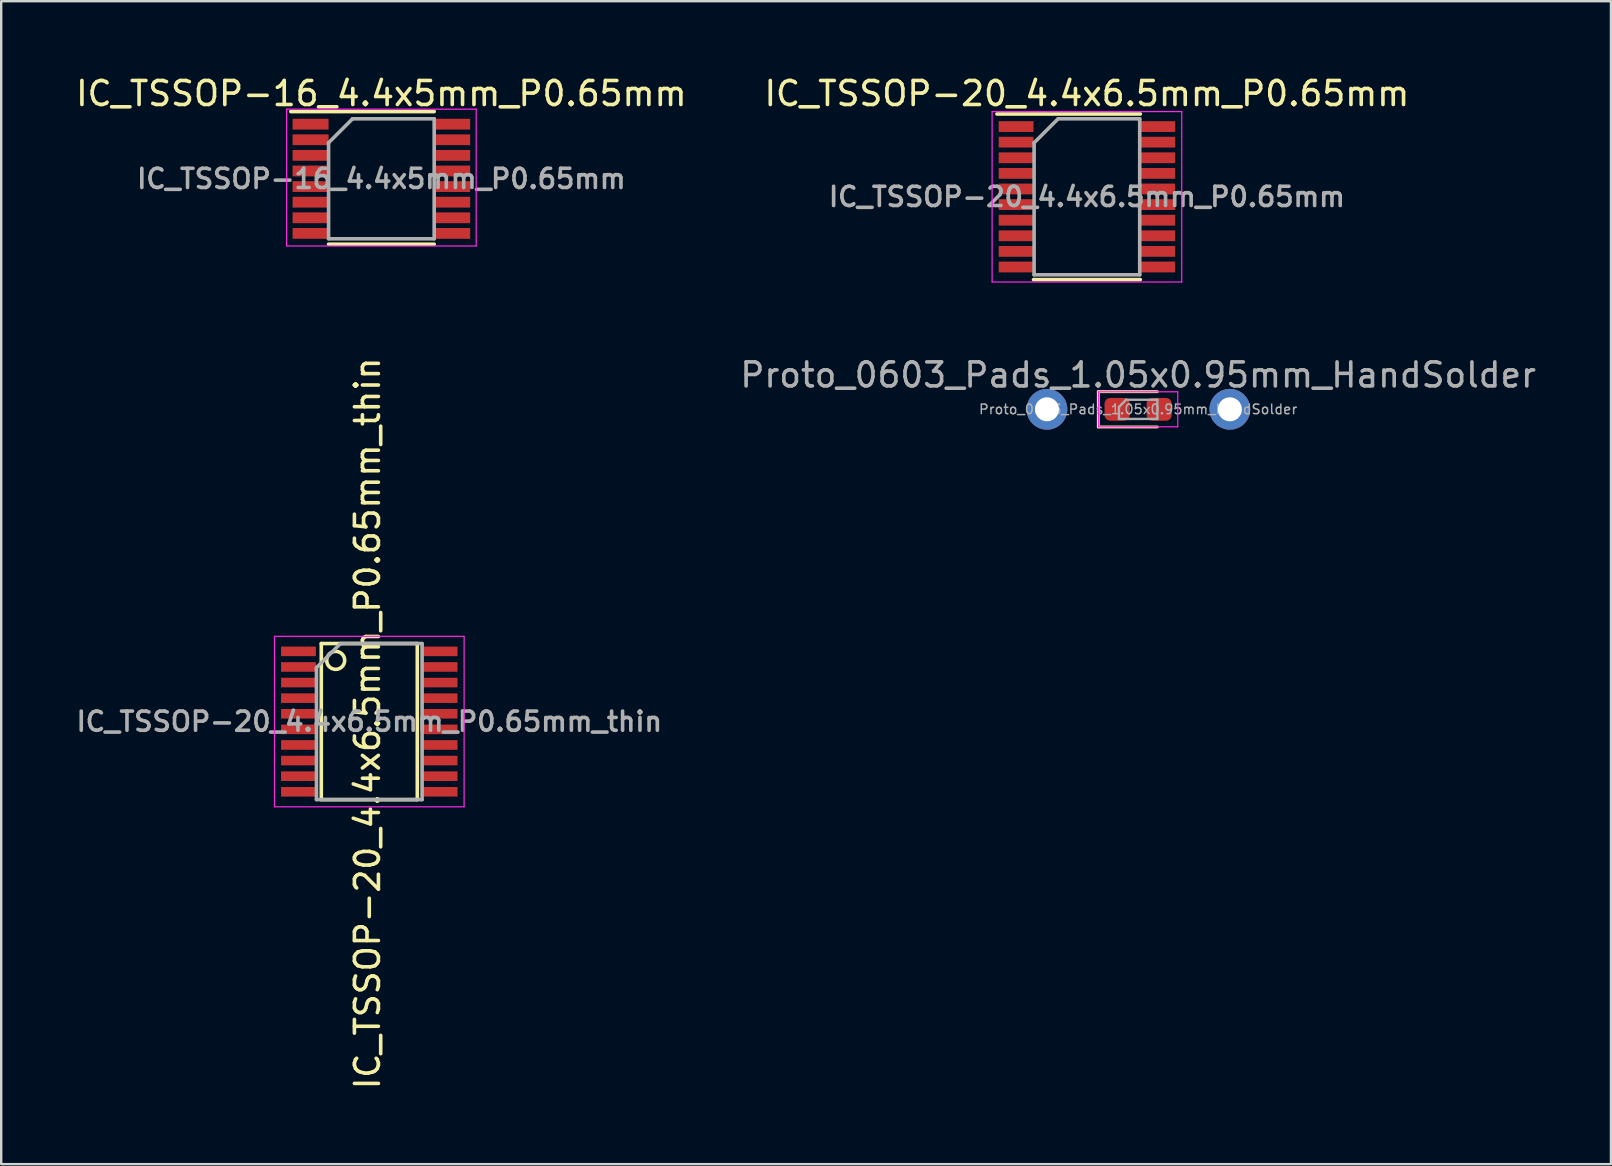
<source format=kicad_pcb>
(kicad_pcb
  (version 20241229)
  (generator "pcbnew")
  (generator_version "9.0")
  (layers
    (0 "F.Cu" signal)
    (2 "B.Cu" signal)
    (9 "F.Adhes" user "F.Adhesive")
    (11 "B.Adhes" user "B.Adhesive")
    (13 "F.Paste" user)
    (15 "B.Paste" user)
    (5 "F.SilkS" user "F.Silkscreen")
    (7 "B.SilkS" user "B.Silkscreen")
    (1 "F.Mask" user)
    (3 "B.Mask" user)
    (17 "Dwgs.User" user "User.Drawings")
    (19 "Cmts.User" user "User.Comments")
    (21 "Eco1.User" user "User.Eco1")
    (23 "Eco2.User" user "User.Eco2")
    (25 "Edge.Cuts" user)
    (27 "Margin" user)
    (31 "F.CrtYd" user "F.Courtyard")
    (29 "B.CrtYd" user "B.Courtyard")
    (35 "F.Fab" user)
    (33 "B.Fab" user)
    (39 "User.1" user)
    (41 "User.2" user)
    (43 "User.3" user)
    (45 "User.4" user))
  (footprint "Proto_0603_Pads_1.05x0.95mm_HandSolder"
    (layer "F.Cu")
    (at 44.367 14.002)
    (property "Reference" "Proto_0603_Pads_1.05x0.95mm_HandSolder" (at 0 -1.43 0) (layer "F.Fab") (effects (font (size 1 1) (thickness 0.15))))
    (attr smd)
    (fp_line (start -1.66 -0.735) (end -1.66 0.735) (stroke (width 0.12) (type solid)) (layer "F.SilkS"))
    (fp_line (start -1.66 0.735) (end 0.8 0.735) (stroke (width 0.12) (type solid)) (layer "F.SilkS"))
    (fp_line (start 0.8 -0.735) (end -1.66 -0.735) (stroke (width 0.12) (type solid)) (layer "F.SilkS"))
    (fp_line (start -1.65 -0.73) (end 1.65 -0.73) (stroke (width 0.05) (type solid)) (layer "F.CrtYd"))
    (fp_line (start -1.65 0.73) (end -1.65 -0.73) (stroke (width 0.05) (type solid)) (layer "F.CrtYd"))
    (fp_line (start 1.65 -0.73) (end 1.65 0.73) (stroke (width 0.05) (type solid)) (layer "F.CrtYd"))
    (fp_line (start 1.65 0.73) (end -1.65 0.73) (stroke (width 0.05) (type solid)) (layer "F.CrtYd"))
    (fp_line (start -0.8 -0.1) (end -0.8 0.4) (stroke (width 0.1) (type solid)) (layer "F.Fab"))
    (fp_line (start -0.8 0.4) (end 0.8 0.4) (stroke (width 0.1) (type solid)) (layer "F.Fab"))
    (fp_line (start -0.5 -0.4) (end -0.8 -0.1) (stroke (width 0.1) (type solid)) (layer "F.Fab"))
    (fp_line (start 0.8 -0.4) (end -0.5 -0.4) (stroke (width 0.1) (type solid)) (layer "F.Fab"))
    (fp_line (start 0.8 0.4) (end 0.8 -0.4) (stroke (width 0.1) (type solid)) (layer "F.Fab"))
    (fp_text user "${REFERENCE}" (at 0 0 0) (layer "F.Fab") (effects (font (size 0.4 0.4) (thickness 0.06))))
    (pad "1" thru_hole circle (at -3.8 0) (size 1.7 1.7) (drill 1) (layers "*.Cu" "*.Mask"))
    (pad "1" smd roundrect (at -0.875 0) (size 1.05 0.95) (layers "F.Cu" "F.Mask" "F.Paste") (roundrect_rratio 0.25))
    (pad "2" smd roundrect (at 0.875 0) (size 1.05 0.95) (layers "F.Cu" "F.Mask" "F.Paste") (roundrect_rratio 0.25))
    (pad "2" thru_hole circle (at 3.82 0) (size 1.7 1.7) (drill 1) (layers "*.Cu" "*.Mask")))
  (footprint "IC_TSSOP-16_4.4x5mm_P0.65mm"
    (layer "F.Cu")
    (at 12.839 4.398)
    (property "Reference" "IC_TSSOP-16_4.4x5mm_P0.65mm" (at 0 -3.55 0) (layer "F.SilkS") (effects (font (size 1 1) (thickness 0.15))))
    (attr smd)
    (fp_line (start -3.775 -2.8) (end 2.2 -2.8) (stroke (width 0.15) (type solid)) (layer "F.SilkS"))
    (fp_line (start -2.2 2.725) (end 2.2 2.725) (stroke (width 0.15) (type solid)) (layer "F.SilkS"))
    (fp_line (start -3.95 -2.9) (end -3.95 2.8) (stroke (width 0.05) (type solid)) (layer "F.CrtYd"))
    (fp_line (start -3.95 -2.9) (end 3.95 -2.9) (stroke (width 0.05) (type solid)) (layer "F.CrtYd"))
    (fp_line (start -3.95 2.8) (end 3.95 2.8) (stroke (width 0.05) (type solid)) (layer "F.CrtYd"))
    (fp_line (start 3.95 -2.9) (end 3.95 2.8) (stroke (width 0.05) (type solid)) (layer "F.CrtYd"))
    (fp_line (start -2.2 -1.5) (end -1.2 -2.5) (stroke (width 0.15) (type solid)) (layer "F.Fab"))
    (fp_line (start -2.2 2.5) (end -2.2 -1.5) (stroke (width 0.15) (type solid)) (layer "F.Fab"))
    (fp_line (start -1.2 -2.5) (end 2.2 -2.5) (stroke (width 0.15) (type solid)) (layer "F.Fab"))
    (fp_line (start 2.2 -2.5) (end 2.2 2.5) (stroke (width 0.15) (type solid)) (layer "F.Fab"))
    (fp_line (start 2.2 2.5) (end -2.2 2.5) (stroke (width 0.15) (type solid)) (layer "F.Fab"))
    (fp_text user "${REFERENCE}" (at 0 0 0) (layer "F.Fab") (effects (font (size 0.8 0.8) (thickness 0.15))))
    (pad "1" smd rect (at -2.95 -2.275) (size 1.5 0.45) (layers "F.Cu" "F.Mask" "F.Paste"))
    (pad "2" smd rect (at -2.95 -1.625) (size 1.5 0.45) (layers "F.Cu" "F.Mask" "F.Paste"))
    (pad "3" smd rect (at -2.95 -0.975) (size 1.5 0.45) (layers "F.Cu" "F.Mask" "F.Paste"))
    (pad "4" smd rect (at -2.95 -0.325) (size 1.5 0.45) (layers "F.Cu" "F.Mask" "F.Paste"))
    (pad "5" smd rect (at -2.95 0.325) (size 1.5 0.45) (layers "F.Cu" "F.Mask" "F.Paste"))
    (pad "6" smd rect (at -2.95 0.975) (size 1.5 0.45) (layers "F.Cu" "F.Mask" "F.Paste"))
    (pad "7" smd rect (at -2.95 1.625) (size 1.5 0.45) (layers "F.Cu" "F.Mask" "F.Paste"))
    (pad "8" smd rect (at -2.95 2.275) (size 1.5 0.45) (layers "F.Cu" "F.Mask" "F.Paste"))
    (pad "9" smd rect (at 2.95 2.275) (size 1.5 0.45) (layers "F.Cu" "F.Mask" "F.Paste"))
    (pad "10" smd rect (at 2.95 1.625) (size 1.5 0.45) (layers "F.Cu" "F.Mask" "F.Paste"))
    (pad "11" smd rect (at 2.95 0.975) (size 1.5 0.45) (layers "F.Cu" "F.Mask" "F.Paste"))
    (pad "12" smd rect (at 2.95 0.325) (size 1.5 0.45) (layers "F.Cu" "F.Mask" "F.Paste"))
    (pad "13" smd rect (at 2.95 -0.325) (size 1.5 0.45) (layers "F.Cu" "F.Mask" "F.Paste"))
    (pad "14" smd rect (at 2.95 -0.975) (size 1.5 0.45) (layers "F.Cu" "F.Mask" "F.Paste"))
    (pad "15" smd rect (at 2.95 -1.625) (size 1.5 0.45) (layers "F.Cu" "F.Mask" "F.Paste"))
    (pad "16" smd rect (at 2.95 -2.275) (size 1.5 0.45) (layers "F.Cu" "F.Mask" "F.Paste")))
  (footprint "IC_TSSOP-20_4.4x6.5mm_P0.65mm"
    (layer "F.Cu")
    (at 42.232 5.148)
    (property "Reference" "IC_TSSOP-20_4.4x6.5mm_P0.65mm" (at 0 -4.3 0) (layer "F.SilkS") (effects (font (size 1 1) (thickness 0.15))))
    (attr smd)
    (fp_line (start -3.75 -3.45) (end 2.225 -3.45) (stroke (width 0.15) (type solid)) (layer "F.SilkS"))
    (fp_line (start -2.225 3.45) (end 2.225 3.45) (stroke (width 0.15) (type solid)) (layer "F.SilkS"))
    (fp_line (start -3.95 -3.55) (end -3.95 3.55) (stroke (width 0.05) (type solid)) (layer "F.CrtYd"))
    (fp_line (start -3.95 -3.55) (end 3.95 -3.55) (stroke (width 0.05) (type solid)) (layer "F.CrtYd"))
    (fp_line (start -3.95 3.55) (end 3.95 3.55) (stroke (width 0.05) (type solid)) (layer "F.CrtYd"))
    (fp_line (start 3.95 -3.55) (end 3.95 3.55) (stroke (width 0.05) (type solid)) (layer "F.CrtYd"))
    (fp_line (start -2.2 -2.25) (end -1.2 -3.25) (stroke (width 0.15) (type solid)) (layer "F.Fab"))
    (fp_line (start -2.2 3.25) (end -2.2 -2.25) (stroke (width 0.15) (type solid)) (layer "F.Fab"))
    (fp_line (start -1.2 -3.25) (end 2.2 -3.25) (stroke (width 0.15) (type solid)) (layer "F.Fab"))
    (fp_line (start 2.2 -3.25) (end 2.2 3.25) (stroke (width 0.15) (type solid)) (layer "F.Fab"))
    (fp_line (start 2.2 3.25) (end -2.2 3.25) (stroke (width 0.15) (type solid)) (layer "F.Fab"))
    (fp_text user "${REFERENCE}" (at 0 0 0) (layer "F.Fab") (effects (font (size 0.8 0.8) (thickness 0.15))))
    (pad "1" smd rect (at -2.95 -2.925) (size 1.45 0.45) (layers "F.Cu" "F.Mask" "F.Paste"))
    (pad "2" smd rect (at -2.95 -2.275) (size 1.45 0.45) (layers "F.Cu" "F.Mask" "F.Paste"))
    (pad "3" smd rect (at -2.95 -1.625) (size 1.45 0.45) (layers "F.Cu" "F.Mask" "F.Paste"))
    (pad "4" smd rect (at -2.95 -0.975) (size 1.45 0.45) (layers "F.Cu" "F.Mask" "F.Paste"))
    (pad "5" smd rect (at -2.95 -0.325) (size 1.45 0.45) (layers "F.Cu" "F.Mask" "F.Paste"))
    (pad "6" smd rect (at -2.95 0.325) (size 1.45 0.45) (layers "F.Cu" "F.Mask" "F.Paste"))
    (pad "7" smd rect (at -2.95 0.975) (size 1.45 0.45) (layers "F.Cu" "F.Mask" "F.Paste"))
    (pad "8" smd rect (at -2.95 1.625) (size 1.45 0.45) (layers "F.Cu" "F.Mask" "F.Paste"))
    (pad "9" smd rect (at -2.95 2.275) (size 1.45 0.45) (layers "F.Cu" "F.Mask" "F.Paste"))
    (pad "10" smd rect (at -2.95 2.925) (size 1.45 0.45) (layers "F.Cu" "F.Mask" "F.Paste"))
    (pad "11" smd rect (at 2.95 2.925) (size 1.45 0.45) (layers "F.Cu" "F.Mask" "F.Paste"))
    (pad "12" smd rect (at 2.95 2.275) (size 1.45 0.45) (layers "F.Cu" "F.Mask" "F.Paste"))
    (pad "13" smd rect (at 2.95 1.625) (size 1.45 0.45) (layers "F.Cu" "F.Mask" "F.Paste"))
    (pad "14" smd rect (at 2.95 0.975) (size 1.45 0.45) (layers "F.Cu" "F.Mask" "F.Paste"))
    (pad "15" smd rect (at 2.95 0.325) (size 1.45 0.45) (layers "F.Cu" "F.Mask" "F.Paste"))
    (pad "16" smd rect (at 2.95 -0.325) (size 1.45 0.45) (layers "F.Cu" "F.Mask" "F.Paste"))
    (pad "17" smd rect (at 2.95 -0.975) (size 1.45 0.45) (layers "F.Cu" "F.Mask" "F.Paste"))
    (pad "18" smd rect (at 2.95 -1.625) (size 1.45 0.45) (layers "F.Cu" "F.Mask" "F.Paste"))
    (pad "19" smd rect (at 2.95 -2.275) (size 1.45 0.45) (layers "F.Cu" "F.Mask" "F.Paste"))
    (pad "20" smd rect (at 2.95 -2.925) (size 1.45 0.45) (layers "F.Cu" "F.Mask" "F.Paste")))
  (footprint "IC_TSSOP-20_4.4x6.5mm_P0.65mm_thin"
    (layer "F.Cu")
    (at 12.335 27.011)
    (property "Reference" "IC_TSSOP-20_4.4x6.5mm_P0.65mm_thin" (at -0.075 0.075 270) (layer "F.SilkS") (effects (font (size 1 1) (thickness 0.15))))
    (attr smd)
    (fp_line (start -2 -3.25) (end -2 3.25) (stroke (width 0.15) (type solid)) (layer "F.SilkS"))
    (fp_line (start -2 3.25) (end 2 3.25) (stroke (width 0.15) (type solid)) (layer "F.SilkS"))
    (fp_line (start 2 -3.25) (end -2 -3.25) (stroke (width 0.15) (type solid)) (layer "F.SilkS"))
    (fp_line (start 2 3.25) (end 2 -3.25) (stroke (width 0.15) (type solid)) (layer "F.SilkS"))
    (fp_circle (center -1.4 -2.55) (end -1.1 -2.325) (stroke (width 0.15) (type solid)) (fill no) (layer "F.SilkS"))
    (fp_line (start -3.95 -3.55) (end -3.95 3.55) (stroke (width 0.05) (type solid)) (layer "F.CrtYd"))
    (fp_line (start -3.95 -3.55) (end 3.95 -3.55) (stroke (width 0.05) (type solid)) (layer "F.CrtYd"))
    (fp_line (start -3.95 3.55) (end 3.95 3.55) (stroke (width 0.05) (type solid)) (layer "F.CrtYd"))
    (fp_line (start 3.95 -3.55) (end 3.95 3.55) (stroke (width 0.05) (type solid)) (layer "F.CrtYd"))
    (fp_line (start -2.2 -2.25) (end -1.2 -3.25) (stroke (width 0.15) (type solid)) (layer "F.Fab"))
    (fp_line (start -2.2 3.25) (end -2.2 -2.25) (stroke (width 0.15) (type solid)) (layer "F.Fab"))
    (fp_line (start -1.2 -3.25) (end 2.2 -3.25) (stroke (width 0.15) (type solid)) (layer "F.Fab"))
    (fp_line (start 2.2 -3.25) (end 2.2 3.25) (stroke (width 0.15) (type solid)) (layer "F.Fab"))
    (fp_line (start 2.2 3.25) (end -2.2 3.25) (stroke (width 0.15) (type solid)) (layer "F.Fab"))
    (fp_text user "${REFERENCE}" (at 0 0 0) (layer "F.Fab") (effects (font (size 0.8 0.8) (thickness 0.15))))
    (pad "1" smd rect (at -2.95 -2.925) (size 1.45 0.4) (layers "F.Cu" "F.Mask" "F.Paste"))
    (pad "2" smd rect (at -2.95 -2.275) (size 1.45 0.4) (layers "F.Cu" "F.Mask" "F.Paste"))
    (pad "3" smd rect (at -2.95 -1.625) (size 1.45 0.4) (layers "F.Cu" "F.Mask" "F.Paste"))
    (pad "4" smd rect (at -2.95 -0.975) (size 1.45 0.4) (layers "F.Cu" "F.Mask" "F.Paste"))
    (pad "5" smd rect (at -2.95 -0.325) (size 1.45 0.4) (layers "F.Cu" "F.Mask" "F.Paste"))
    (pad "6" smd rect (at -2.95 0.325) (size 1.45 0.4) (layers "F.Cu" "F.Mask" "F.Paste"))
    (pad "7" smd rect (at -2.95 0.975) (size 1.45 0.4) (layers "F.Cu" "F.Mask" "F.Paste"))
    (pad "8" smd rect (at -2.95 1.625) (size 1.45 0.4) (layers "F.Cu" "F.Mask" "F.Paste"))
    (pad "9" smd rect (at -2.95 2.275) (size 1.45 0.4) (layers "F.Cu" "F.Mask" "F.Paste"))
    (pad "10" smd rect (at -2.95 2.925) (size 1.45 0.4) (layers "F.Cu" "F.Mask" "F.Paste"))
    (pad "11" smd rect (at 2.95 2.925) (size 1.45 0.4) (layers "F.Cu" "F.Mask" "F.Paste"))
    (pad "12" smd rect (at 2.95 2.275) (size 1.45 0.4) (layers "F.Cu" "F.Mask" "F.Paste"))
    (pad "13" smd rect (at 2.95 1.625) (size 1.45 0.4) (layers "F.Cu" "F.Mask" "F.Paste"))
    (pad "14" smd rect (at 2.95 0.975) (size 1.45 0.4) (layers "F.Cu" "F.Mask" "F.Paste"))
    (pad "15" smd rect (at 2.95 0.325) (size 1.45 0.4) (layers "F.Cu" "F.Mask" "F.Paste"))
    (pad "16" smd rect (at 2.95 -0.325) (size 1.45 0.4) (layers "F.Cu" "F.Mask" "F.Paste"))
    (pad "17" smd rect (at 2.95 -0.975) (size 1.45 0.4) (layers "F.Cu" "F.Mask" "F.Paste"))
    (pad "18" smd rect (at 2.95 -1.625) (size 1.45 0.4) (layers "F.Cu" "F.Mask" "F.Paste"))
    (pad "19" smd rect (at 2.95 -2.275) (size 1.45 0.4) (layers "F.Cu" "F.Mask" "F.Paste"))
    (pad "20" smd rect (at 2.95 -2.925) (size 1.45 0.4) (layers "F.Cu" "F.Mask" "F.Paste")))
  (gr_rect
    (start -3 -3)
    (end 64.064 45.449)
    (stroke (width 0.1) (type default))
    (fill no)
    (layer "Edge.Cuts")))
</source>
